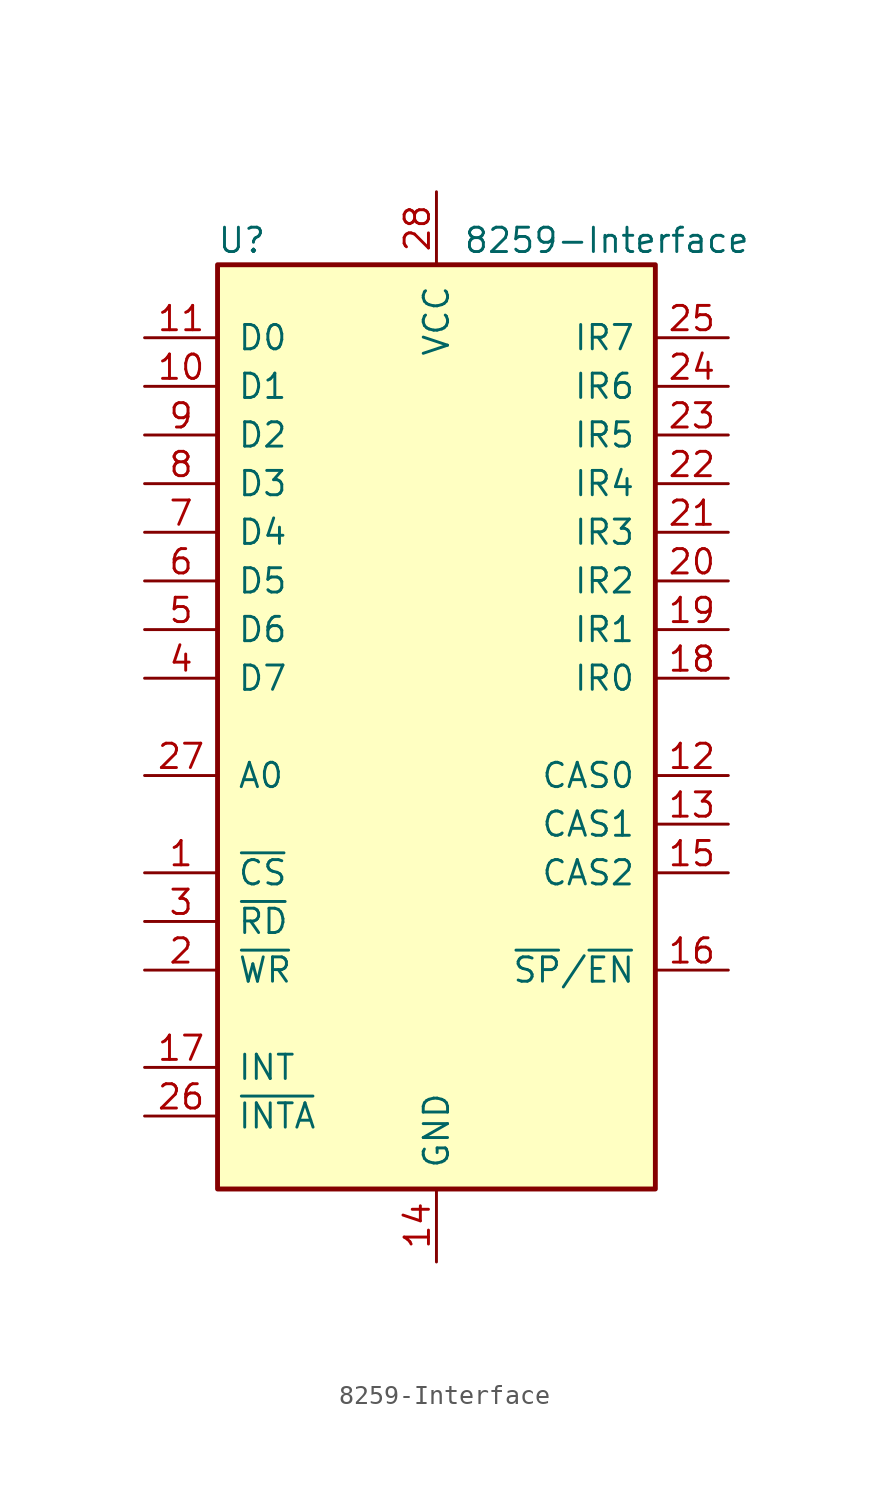
<source format=kicad_sym>
(kicad_symbol_lib
  (version 20211014)
  (generator kicad_symbol_editor)
  (symbol "8259-Interface"
    (pin_names
      (offset 1.016))
    (property "Reference" "U"
      (at -10.16 25.4 0)
      (effects (font (size 1.27 1.27))))
    (property "Value" "8259-Interface"
      (at 8.89 25.4 0)
      (effects (font (size 1.27 1.27))))
    (symbol "8259-Interface_0_1"
      (rectangle (start -11.43 24.13) (end 11.43 -24.13) (stroke (width 0.254) (type default) (color 0 0 0 0)) (fill (type background))))
    (symbol "8259-Interface_1_1"
      (pin input line (at -15.24 -7.62 0) (length 3.81) (name "~{CS}" (effects (font (size 1.27 1.27)))) (number "1" (effects (font (size 1.27 1.27)))))
      (pin bidirectional line (at -15.24 17.78 0) (length 3.81) (name "D1" (effects (font (size 1.27 1.27)))) (number "10" (effects (font (size 1.27 1.27)))))
      (pin bidirectional line (at -15.24 20.32 0) (length 3.81) (name "D0" (effects (font (size 1.27 1.27)))) (number "11" (effects (font (size 1.27 1.27)))))
      (pin input line (at 15.24 -2.54 180) (length 3.81) (name "CAS0" (effects (font (size 1.27 1.27)))) (number "12" (effects (font (size 1.27 1.27)))))
      (pin output line (at 15.24 -5.08 180) (length 3.81) (name "CAS1" (effects (font (size 1.27 1.27)))) (number "13" (effects (font (size 1.27 1.27)))))
      (pin power_in line (at 0 -27.94 90) (length 3.81) (name "GND" (effects (font (size 1.27 1.27)))) (number "14" (effects (font (size 1.27 1.27)))))
      (pin output line (at 15.24 -7.62 180) (length 3.81) (name "CAS2" (effects (font (size 1.27 1.27)))) (number "15" (effects (font (size 1.27 1.27)))))
      (pin passive line (at 15.24 -12.7 180) (length 3.81) (name "~{SP}/~{EN}" (effects (font (size 1.27 1.27)))) (number "16" (effects (font (size 1.27 1.27)))))
      (pin output line (at -15.24 -17.78 0) (length 3.81) (name "INT" (effects (font (size 1.27 1.27)))) (number "17" (effects (font (size 1.27 1.27)))))
      (pin input line (at 15.24 2.54 180) (length 3.81) (name "IR0" (effects (font (size 1.27 1.27)))) (number "18" (effects (font (size 1.27 1.27)))))
      (pin input line (at 15.24 5.08 180) (length 3.81) (name "IR1" (effects (font (size 1.27 1.27)))) (number "19" (effects (font (size 1.27 1.27)))))
      (pin input line (at -15.24 -12.7 0) (length 3.81) (name "~{WR}" (effects (font (size 1.27 1.27)))) (number "2" (effects (font (size 1.27 1.27)))))
      (pin input line (at 15.24 7.62 180) (length 3.81) (name "IR2" (effects (font (size 1.27 1.27)))) (number "20" (effects (font (size 1.27 1.27)))))
      (pin input line (at 15.24 10.16 180) (length 3.81) (name "IR3" (effects (font (size 1.27 1.27)))) (number "21" (effects (font (size 1.27 1.27)))))
      (pin input line (at 15.24 12.7 180) (length 3.81) (name "IR4" (effects (font (size 1.27 1.27)))) (number "22" (effects (font (size 1.27 1.27)))))
      (pin input line (at 15.24 15.24 180) (length 3.81) (name "IR5" (effects (font (size 1.27 1.27)))) (number "23" (effects (font (size 1.27 1.27)))))
      (pin input line (at 15.24 17.78 180) (length 3.81) (name "IR6" (effects (font (size 1.27 1.27)))) (number "24" (effects (font (size 1.27 1.27)))))
      (pin input line (at 15.24 20.32 180) (length 3.81) (name "IR7" (effects (font (size 1.27 1.27)))) (number "25" (effects (font (size 1.27 1.27)))))
      (pin input line (at -15.24 -20.32 0) (length 3.81) (name "~{INTA}" (effects (font (size 1.27 1.27)))) (number "26" (effects (font (size 1.27 1.27)))))
      (pin input line (at -15.24 -2.54 0) (length 3.81) (name "A0" (effects (font (size 1.27 1.27)))) (number "27" (effects (font (size 1.27 1.27)))))
      (pin power_in line (at 0 27.94 270) (length 3.81) (name "VCC" (effects (font (size 1.27 1.27)))) (number "28" (effects (font (size 1.27 1.27)))))
      (pin input line (at -15.24 -10.16 0) (length 3.81) (name "~{RD}" (effects (font (size 1.27 1.27)))) (number "3" (effects (font (size 1.27 1.27)))))
      (pin bidirectional line (at -15.24 2.54 0) (length 3.81) (name "D7" (effects (font (size 1.27 1.27)))) (number "4" (effects (font (size 1.27 1.27)))))
      (pin bidirectional line (at -15.24 5.08 0) (length 3.81) (name "D6" (effects (font (size 1.27 1.27)))) (number "5" (effects (font (size 1.27 1.27)))))
      (pin bidirectional line (at -15.24 7.62 0) (length 3.81) (name "D5" (effects (font (size 1.27 1.27)))) (number "6" (effects (font (size 1.27 1.27)))))
      (pin bidirectional line (at -15.24 10.16 0) (length 3.81) (name "D4" (effects (font (size 1.27 1.27)))) (number "7" (effects (font (size 1.27 1.27)))))
      (pin bidirectional line (at -15.24 12.7 0) (length 3.81) (name "D3" (effects (font (size 1.27 1.27)))) (number "8" (effects (font (size 1.27 1.27)))))
      (pin bidirectional line (at -15.24 15.24 0) (length 3.81) (name "D2" (effects (font (size 1.27 1.27)))) (number "9" (effects (font (size 1.27 1.27))))))))
</source>
